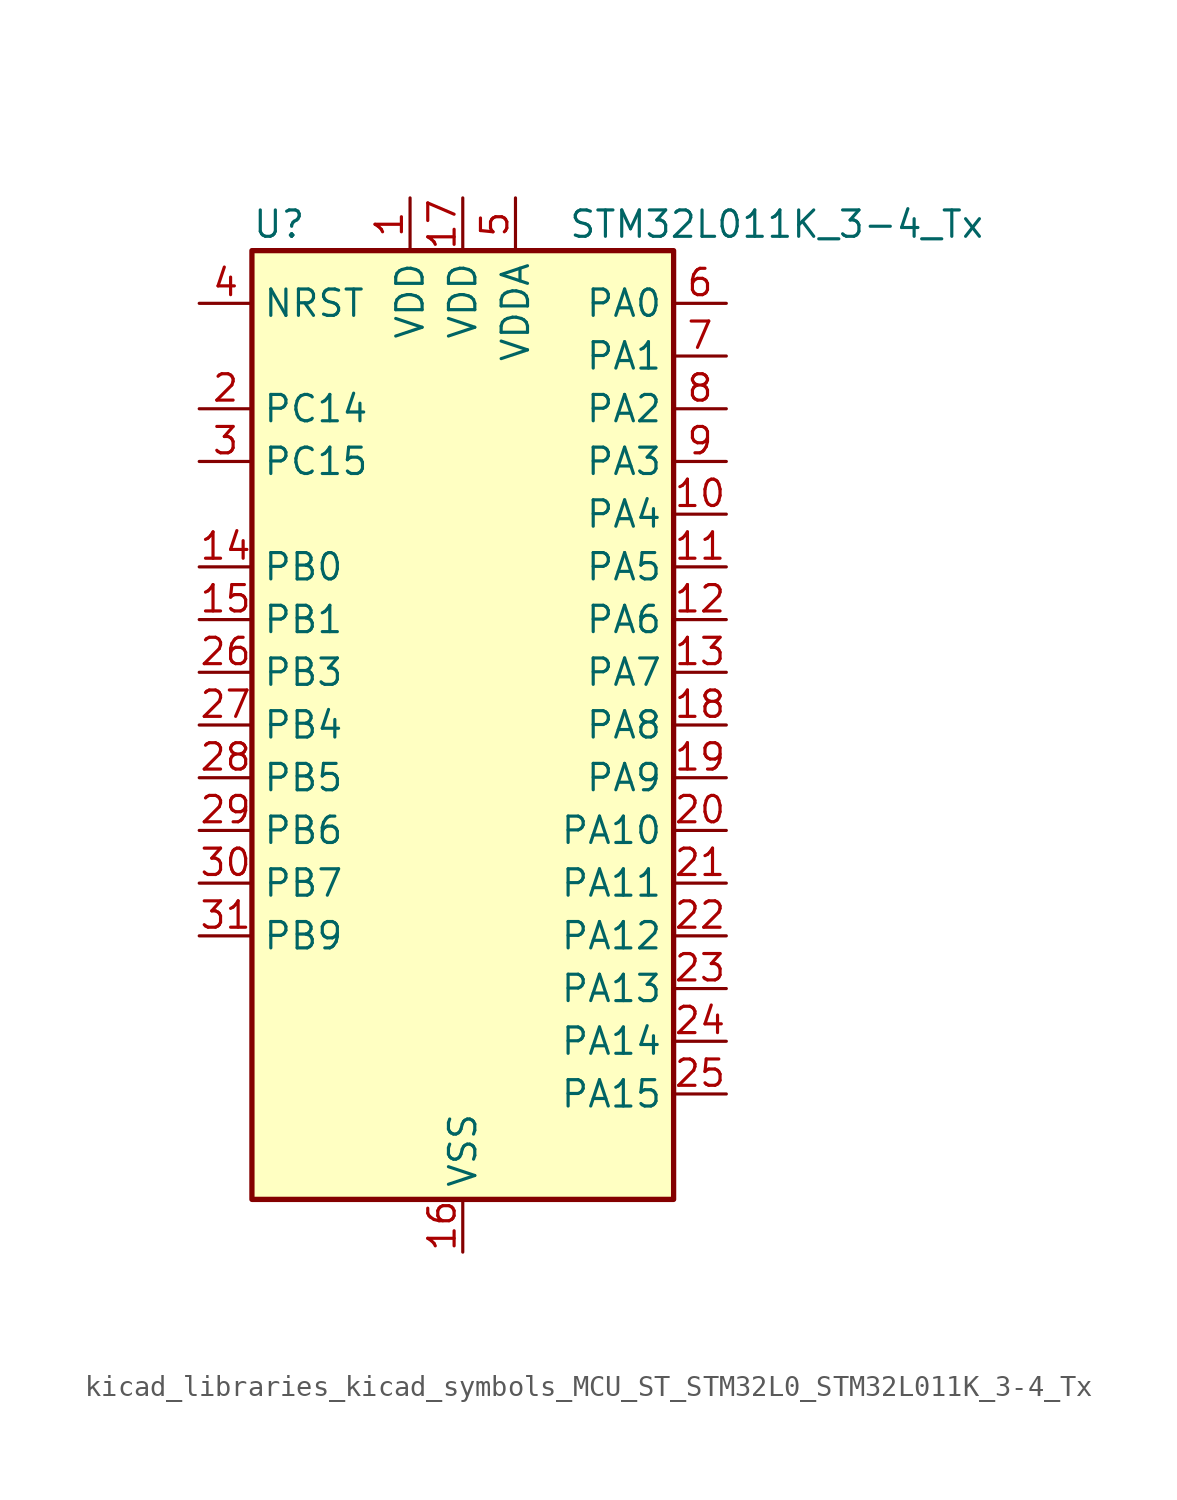
<source format=kicad_sym>
(kicad_symbol_lib
  (version 20220914)
  (generator kicad_symbol_editor)
  (symbol "kicad_libraries_kicad_symbols_MCU_ST_STM32L0_STM32L011K_3-4_Tx"
    (property "Reference" "U"
      (at -10.16 24.13 0)
      (effects (font (size 1.27 1.27)) (justify left)))
    (property "Value" "STM32L011K_3-4_Tx"
      (at 5.08 24.13 0)
      (effects (font (size 1.27 1.27)) (justify left)))
    (property "ki_locked" ""
      (at 0 0 0)
      (effects (font (size 1.27 1.27))))
    (symbol "kicad_libraries_kicad_symbols_MCU_ST_STM32L0_STM32L011K_3-4_Tx_0_1"
      (rectangle (start -10.16 -22.86) (end 10.16 22.86) (stroke (width 0.254) (type default)) (fill (type background))))
    (symbol "kicad_libraries_kicad_symbols_MCU_ST_STM32L0_STM32L011K_3-4_Tx_1_1"
      (pin power_in line (at -2.54 25.4 270) (length 2.54) (name "VDD" (effects (font (size 1.27 1.27)))) (number "1" (effects (font (size 1.27 1.27)))))
      (pin bidirectional line (at 12.7 10.16 180) (length 2.54) (name "PA4" (effects (font (size 1.27 1.27)))) (number "10" (effects (font (size 1.27 1.27)))) (alternate "ADC_IN4" bidirectional line) (alternate "COMP1_INM" bidirectional line) (alternate "COMP2_INM" bidirectional line) (alternate "COMP2_OUT" bidirectional line) (alternate "I2C1_SCL" bidirectional line) (alternate "LPTIM1_ETR" bidirectional line) (alternate "LPTIM1_IN1" bidirectional line) (alternate "LPUART1_TX" bidirectional line) (alternate "SPI1_NSS" bidirectional line) (alternate "TIM2_ETR" bidirectional line) (alternate "USART2_CK" bidirectional line))
      (pin bidirectional line (at 12.7 7.62 180) (length 2.54) (name "PA5" (effects (font (size 1.27 1.27)))) (number "11" (effects (font (size 1.27 1.27)))) (alternate "ADC_IN5" bidirectional line) (alternate "COMP1_INM" bidirectional line) (alternate "COMP2_INM" bidirectional line) (alternate "LPTIM1_IN2" bidirectional line) (alternate "SPI1_SCK" bidirectional line) (alternate "TIM2_CH1" bidirectional line) (alternate "TIM2_ETR" bidirectional line))
      (pin bidirectional line (at 12.7 5.08 180) (length 2.54) (name "PA6" (effects (font (size 1.27 1.27)))) (number "12" (effects (font (size 1.27 1.27)))) (alternate "ADC_IN6" bidirectional line) (alternate "COMP1_OUT" bidirectional line) (alternate "LPTIM1_ETR" bidirectional line) (alternate "LPUART1_CTS" bidirectional line) (alternate "SPI1_MISO" bidirectional line))
      (pin bidirectional line (at 12.7 2.54 180) (length 2.54) (name "PA7" (effects (font (size 1.27 1.27)))) (number "13" (effects (font (size 1.27 1.27)))) (alternate "ADC_IN7" bidirectional line) (alternate "COMP2_INP" bidirectional line) (alternate "COMP2_OUT" bidirectional line) (alternate "LPTIM1_OUT" bidirectional line) (alternate "SPI1_MOSI" bidirectional line) (alternate "TIM21_ETR" bidirectional line) (alternate "USART2_CTS" bidirectional line))
      (pin bidirectional line (at -12.7 7.62 0) (length 2.54) (name "PB0" (effects (font (size 1.27 1.27)))) (number "14" (effects (font (size 1.27 1.27)))) (alternate "ADC_IN8" bidirectional line) (alternate "SPI1_MISO" bidirectional line) (alternate "SYS_VREF_OUT_PB0" bidirectional line) (alternate "TIM2_CH2" bidirectional line) (alternate "TIM2_CH3" bidirectional line) (alternate "USART2_DE" bidirectional line) (alternate "USART2_RTS" bidirectional line))
      (pin bidirectional line (at -12.7 5.08 0) (length 2.54) (name "PB1" (effects (font (size 1.27 1.27)))) (number "15" (effects (font (size 1.27 1.27)))) (alternate "ADC_IN9" bidirectional line) (alternate "LPTIM1_IN1" bidirectional line) (alternate "LPUART1_DE" bidirectional line) (alternate "LPUART1_RTS" bidirectional line) (alternate "SPI1_MOSI" bidirectional line) (alternate "SYS_VREF_OUT_PB1" bidirectional line) (alternate "TIM2_CH4" bidirectional line) (alternate "USART2_CK" bidirectional line))
      (pin power_in line (at 0 -25.4 90) (length 2.54) (name "VSS" (effects (font (size 1.27 1.27)))) (number "16" (effects (font (size 1.27 1.27)))))
      (pin power_in line (at 0 25.4 270) (length 2.54) (name "VDD" (effects (font (size 1.27 1.27)))) (number "17" (effects (font (size 1.27 1.27)))))
      (pin bidirectional line (at 12.7 0 180) (length 2.54) (name "PA8" (effects (font (size 1.27 1.27)))) (number "18" (effects (font (size 1.27 1.27)))) (alternate "LPTIM1_IN1" bidirectional line) (alternate "RCC_MCO" bidirectional line) (alternate "TIM2_CH1" bidirectional line) (alternate "USART2_CK" bidirectional line))
      (pin bidirectional line (at 12.7 -2.54 180) (length 2.54) (name "PA9" (effects (font (size 1.27 1.27)))) (number "19" (effects (font (size 1.27 1.27)))) (alternate "COMP1_OUT" bidirectional line) (alternate "I2C1_SCL" bidirectional line) (alternate "LPTIM1_OUT" bidirectional line) (alternate "RCC_MCO" bidirectional line) (alternate "TIM21_CH2" bidirectional line) (alternate "USART2_TX" bidirectional line))
      (pin bidirectional line (at -12.7 15.24 0) (length 2.54) (name "PC14" (effects (font (size 1.27 1.27)))) (number "2" (effects (font (size 1.27 1.27)))) (alternate "RCC_OSC32_IN" bidirectional line))
      (pin bidirectional line (at 12.7 -5.08 180) (length 2.54) (name "PA10" (effects (font (size 1.27 1.27)))) (number "20" (effects (font (size 1.27 1.27)))) (alternate "COMP1_OUT" bidirectional line) (alternate "I2C1_SDA" bidirectional line) (alternate "RTC_REFIN" bidirectional line) (alternate "TIM21_CH1" bidirectional line) (alternate "TIM2_CH3" bidirectional line) (alternate "USART2_RX" bidirectional line))
      (pin bidirectional line (at 12.7 -7.62 180) (length 2.54) (name "PA11" (effects (font (size 1.27 1.27)))) (number "21" (effects (font (size 1.27 1.27)))) (alternate "ADC_EXTI11" bidirectional line) (alternate "COMP1_OUT" bidirectional line) (alternate "LPTIM1_OUT" bidirectional line) (alternate "SPI1_MISO" bidirectional line) (alternate "TIM21_CH2" bidirectional line) (alternate "USART2_CTS" bidirectional line))
      (pin bidirectional line (at 12.7 -10.16 180) (length 2.54) (name "PA12" (effects (font (size 1.27 1.27)))) (number "22" (effects (font (size 1.27 1.27)))) (alternate "COMP2_OUT" bidirectional line) (alternate "SPI1_MOSI" bidirectional line) (alternate "USART2_DE" bidirectional line) (alternate "USART2_RTS" bidirectional line))
      (pin bidirectional line (at 12.7 -12.7 180) (length 2.54) (name "PA13" (effects (font (size 1.27 1.27)))) (number "23" (effects (font (size 1.27 1.27)))) (alternate "COMP1_OUT" bidirectional line) (alternate "I2C1_SDA" bidirectional line) (alternate "LPTIM1_ETR" bidirectional line) (alternate "LPUART1_RX" bidirectional line) (alternate "SPI1_SCK" bidirectional line) (alternate "SYS_SWDIO" bidirectional line))
      (pin bidirectional line (at 12.7 -15.24 180) (length 2.54) (name "PA14" (effects (font (size 1.27 1.27)))) (number "24" (effects (font (size 1.27 1.27)))) (alternate "COMP2_OUT" bidirectional line) (alternate "I2C1_SMBA" bidirectional line) (alternate "LPTIM1_OUT" bidirectional line) (alternate "LPUART1_TX" bidirectional line) (alternate "SPI1_MISO" bidirectional line) (alternate "SYS_SWCLK" bidirectional line) (alternate "USART2_TX" bidirectional line))
      (pin bidirectional line (at 12.7 -17.78 180) (length 2.54) (name "PA15" (effects (font (size 1.27 1.27)))) (number "25" (effects (font (size 1.27 1.27)))) (alternate "SPI1_NSS" bidirectional line) (alternate "TIM2_CH1" bidirectional line) (alternate "TIM2_ETR" bidirectional line) (alternate "USART2_RX" bidirectional line))
      (pin bidirectional line (at -12.7 2.54 0) (length 2.54) (name "PB3" (effects (font (size 1.27 1.27)))) (number "26" (effects (font (size 1.27 1.27)))) (alternate "COMP2_INM" bidirectional line) (alternate "SPI1_SCK" bidirectional line) (alternate "TIM2_CH2" bidirectional line))
      (pin bidirectional line (at -12.7 0 0) (length 2.54) (name "PB4" (effects (font (size 1.27 1.27)))) (number "27" (effects (font (size 1.27 1.27)))) (alternate "COMP2_INP" bidirectional line) (alternate "SPI1_MISO" bidirectional line))
      (pin bidirectional line (at -12.7 -2.54 0) (length 2.54) (name "PB5" (effects (font (size 1.27 1.27)))) (number "28" (effects (font (size 1.27 1.27)))) (alternate "COMP2_INP" bidirectional line) (alternate "I2C1_SMBA" bidirectional line) (alternate "LPTIM1_IN1" bidirectional line) (alternate "SPI1_MOSI" bidirectional line) (alternate "TIM21_CH1" bidirectional line))
      (pin bidirectional line (at -12.7 -5.08 0) (length 2.54) (name "PB6" (effects (font (size 1.27 1.27)))) (number "29" (effects (font (size 1.27 1.27)))) (alternate "COMP2_INP" bidirectional line) (alternate "I2C1_SCL" bidirectional line) (alternate "LPTIM1_ETR" bidirectional line) (alternate "LPUART1_TX" bidirectional line) (alternate "TIM2_CH3" bidirectional line) (alternate "USART2_TX" bidirectional line))
      (pin bidirectional line (at -12.7 12.7 0) (length 2.54) (name "PC15" (effects (font (size 1.27 1.27)))) (number "3" (effects (font (size 1.27 1.27)))) (alternate "RCC_OSC32_OUT" bidirectional line))
      (pin bidirectional line (at -12.7 -7.62 0) (length 2.54) (name "PB7" (effects (font (size 1.27 1.27)))) (number "30" (effects (font (size 1.27 1.27)))) (alternate "COMP2_INP" bidirectional line) (alternate "I2C1_SDA" bidirectional line) (alternate "LPTIM1_IN2" bidirectional line) (alternate "LPUART1_RX" bidirectional line) (alternate "SYS_PVD_IN" bidirectional line) (alternate "TIM2_CH4" bidirectional line) (alternate "USART2_RX" bidirectional line))
      (pin bidirectional line (at -12.7 -10.16 0) (length 2.54) (name "PB9" (effects (font (size 1.27 1.27)))) (number "31" (effects (font (size 1.27 1.27)))))
      (pin passive line (at 0 -25.4 90) (length 2.54) hide (name "VSS" (effects (font (size 1.27 1.27)))) (number "32" (effects (font (size 1.27 1.27)))))
      (pin input line (at -12.7 20.32 0) (length 2.54) (name "NRST" (effects (font (size 1.27 1.27)))) (number "4" (effects (font (size 1.27 1.27)))))
      (pin power_in line (at 2.54 25.4 270) (length 2.54) (name "VDDA" (effects (font (size 1.27 1.27)))) (number "5" (effects (font (size 1.27 1.27)))))
      (pin bidirectional line (at 12.7 20.32 180) (length 2.54) (name "PA0" (effects (font (size 1.27 1.27)))) (number "6" (effects (font (size 1.27 1.27)))) (alternate "ADC_IN0" bidirectional line) (alternate "COMP1_INM" bidirectional line) (alternate "COMP1_OUT" bidirectional line) (alternate "LPTIM1_IN1" bidirectional line) (alternate "LPUART1_RX" bidirectional line) (alternate "RCC_CK_IN" bidirectional line) (alternate "RTC_TAMP2" bidirectional line) (alternate "SYS_WKUP1" bidirectional line) (alternate "TIM2_CH1" bidirectional line) (alternate "TIM2_ETR" bidirectional line) (alternate "USART2_CTS" bidirectional line) (alternate "USART2_RX" bidirectional line))
      (pin bidirectional line (at 12.7 17.78 180) (length 2.54) (name "PA1" (effects (font (size 1.27 1.27)))) (number "7" (effects (font (size 1.27 1.27)))) (alternate "ADC_IN1" bidirectional line) (alternate "COMP1_INP" bidirectional line) (alternate "I2C1_SMBA" bidirectional line) (alternate "LPTIM1_IN2" bidirectional line) (alternate "LPUART1_TX" bidirectional line) (alternate "TIM21_ETR" bidirectional line) (alternate "TIM2_CH2" bidirectional line) (alternate "USART2_DE" bidirectional line) (alternate "USART2_RTS" bidirectional line))
      (pin bidirectional line (at 12.7 15.24 180) (length 2.54) (name "PA2" (effects (font (size 1.27 1.27)))) (number "8" (effects (font (size 1.27 1.27)))) (alternate "ADC_IN2" bidirectional line) (alternate "COMP2_INM" bidirectional line) (alternate "COMP2_OUT" bidirectional line) (alternate "LPUART1_TX" bidirectional line) (alternate "RTC_OUT_ALARM" bidirectional line) (alternate "RTC_OUT_CALIB" bidirectional line) (alternate "RTC_TAMP3" bidirectional line) (alternate "RTC_TS" bidirectional line) (alternate "SYS_WKUP3" bidirectional line) (alternate "TIM21_CH1" bidirectional line) (alternate "TIM2_CH3" bidirectional line) (alternate "USART2_TX" bidirectional line))
      (pin bidirectional line (at 12.7 12.7 180) (length 2.54) (name "PA3" (effects (font (size 1.27 1.27)))) (number "9" (effects (font (size 1.27 1.27)))) (alternate "ADC_IN3" bidirectional line) (alternate "COMP2_INP" bidirectional line) (alternate "LPUART1_RX" bidirectional line) (alternate "TIM21_CH2" bidirectional line) (alternate "TIM2_CH4" bidirectional line) (alternate "USART2_RX" bidirectional line)))))
</source>
